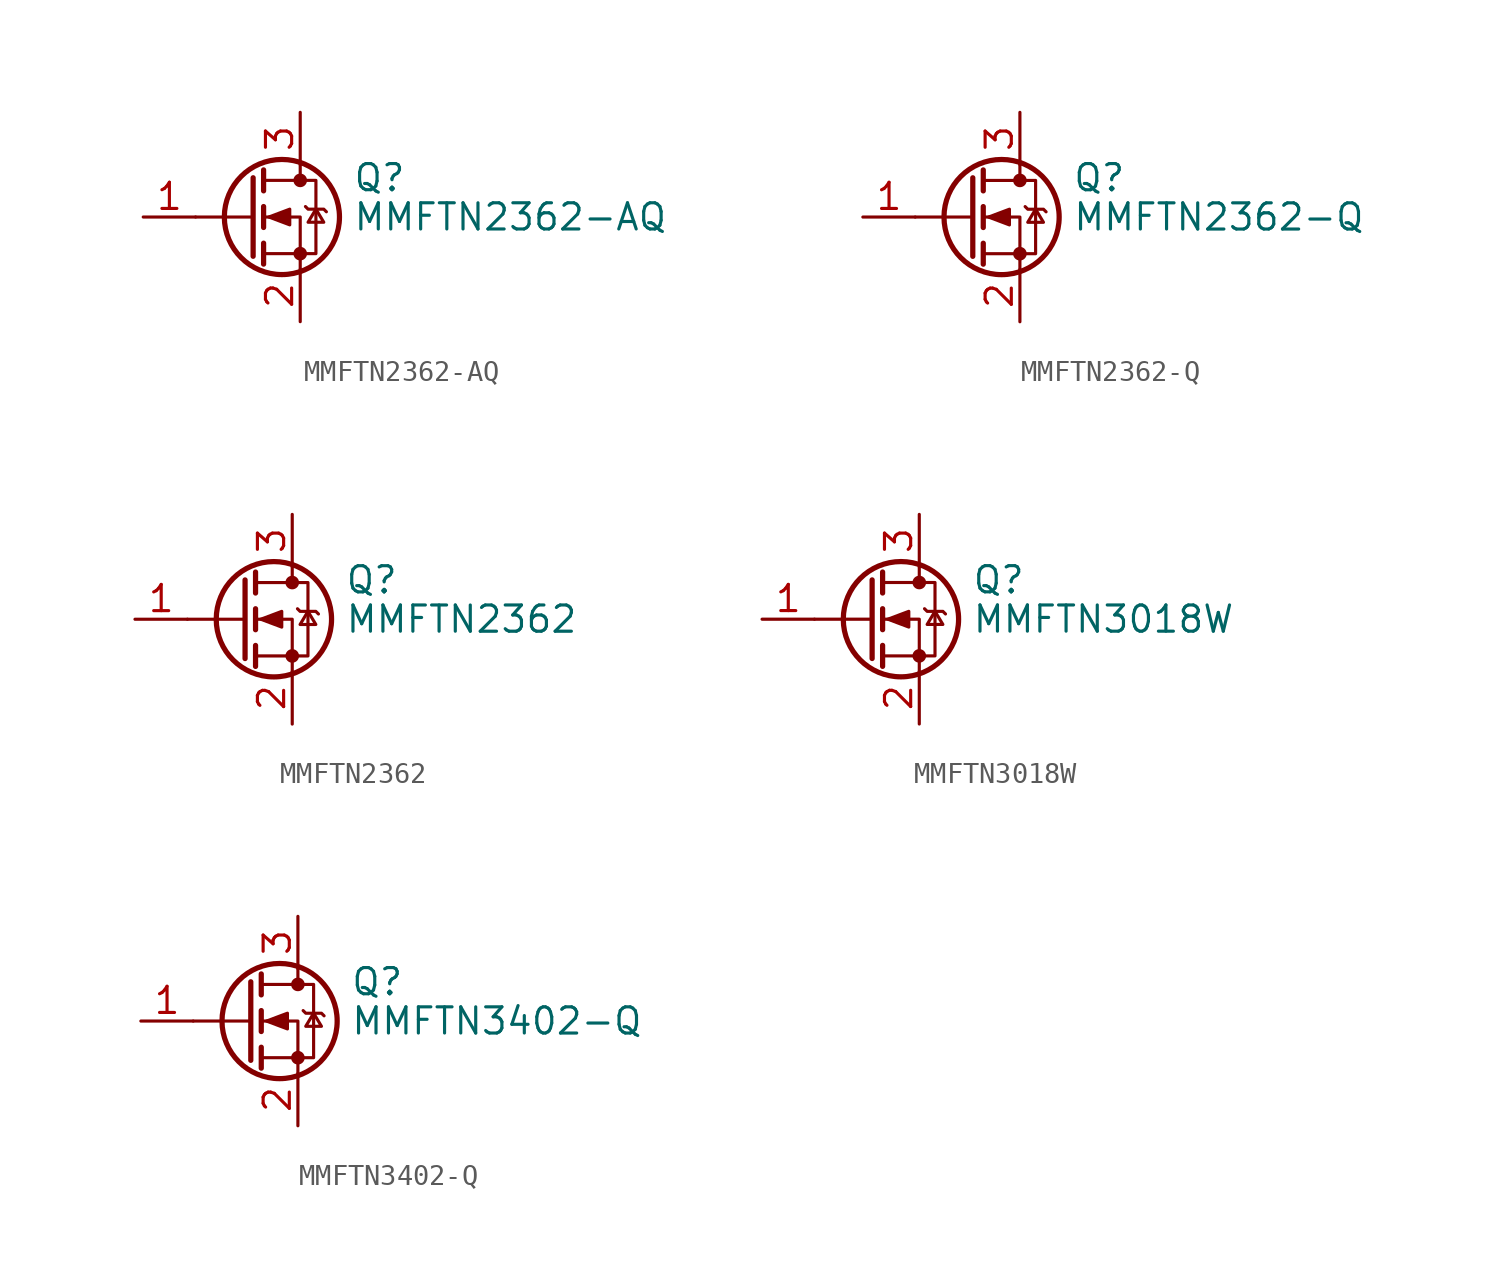
<source format=kicad_sym>
(kicad_symbol_lib
  (version 20241209)
  (generator "kicad_symbol_editor")
  (generator_version "9.0")
  (symbol "MMFTN2362-AQ"
    (pin_names
      (hide yes))
    (property "Reference" "Q"
      (at 5.08 1.905 0)
      (effects (font (size 1.27 1.27)) (justify left)))
    (property "Value" "MMFTN2362-AQ"
      (at 5.08 0 0)
      (effects (font (size 1.27 1.27)) (justify left)))
    (symbol "MMFTN2362-AQ_0_1"
      (polyline (pts (xy 0.254 1.905) (xy 0.254 -1.905)) (stroke (width 0.254) (type default)) (fill (type none)))
      (polyline (pts (xy 0.254 0) (xy -2.54 0)) (stroke (width 0) (type default)) (fill (type none)))
      (polyline (pts (xy 0.762 2.286) (xy 0.762 1.27)) (stroke (width 0.254) (type default)) (fill (type none)))
      (polyline (pts (xy 0.762 0.508) (xy 0.762 -0.508)) (stroke (width 0.254) (type default)) (fill (type none)))
      (polyline (pts (xy 0.762 -1.27) (xy 0.762 -2.286)) (stroke (width 0.254) (type default)) (fill (type none)))
      (polyline (pts (xy 0.762 -1.778) (xy 3.302 -1.778) (xy 3.302 1.778) (xy 0.762 1.778)) (stroke (width 0) (type default)) (fill (type none)))
      (polyline (pts (xy 1.016 0) (xy 2.032 0.381) (xy 2.032 -0.381) (xy 1.016 0)) (stroke (width 0) (type default)) (fill (type outline)))
      (circle (center 1.651 0) (radius 2.794) (stroke (width 0.254) (type default)) (fill (type none)))
      (polyline (pts (xy 2.54 2.54) (xy 2.54 1.778)) (stroke (width 0) (type default)) (fill (type none)))
      (circle (center 2.54 1.778) (radius 0.254) (stroke (width 0) (type default)) (fill (type outline)))
      (circle (center 2.54 -1.778) (radius 0.254) (stroke (width 0) (type default)) (fill (type outline)))
      (polyline (pts (xy 2.54 -2.54) (xy 2.54 0) (xy 0.762 0)) (stroke (width 0) (type default)) (fill (type none)))
      (polyline (pts (xy 2.794 0.508) (xy 2.921 0.381) (xy 3.683 0.381) (xy 3.81 0.254)) (stroke (width 0) (type default)) (fill (type none)))
      (polyline (pts (xy 3.302 0.381) (xy 2.921 -0.254) (xy 3.683 -0.254) (xy 3.302 0.381)) (stroke (width 0) (type default)) (fill (type none))))
    (symbol "MMFTN2362-AQ_1_1"
      (pin input line (at -5.08 0 0) (length 2.54) (name "G" (effects (font (size 1.27 1.27)))) (number "1" (effects (font (size 1.27 1.27)))))
      (pin passive line (at 2.54 5.08 270) (length 2.54) (name "D" (effects (font (size 1.27 1.27)))) (number "3" (effects (font (size 1.27 1.27)))))
      (pin passive line (at 2.54 -5.08 90) (length 2.54) (name "S" (effects (font (size 1.27 1.27)))) (number "2" (effects (font (size 1.27 1.27)))))))
  (symbol "MMFTN2362-Q"
    (pin_names
      (hide yes))
    (property "Reference" "Q"
      (at 5.08 1.905 0)
      (effects (font (size 1.27 1.27)) (justify left)))
    (property "Value" "MMFTN2362-Q"
      (at 5.08 0 0)
      (effects (font (size 1.27 1.27)) (justify left)))
    (symbol "MMFTN2362-Q_0_1"
      (polyline (pts (xy 0.254 1.905) (xy 0.254 -1.905)) (stroke (width 0.254) (type default)) (fill (type none)))
      (polyline (pts (xy 0.254 0) (xy -2.54 0)) (stroke (width 0) (type default)) (fill (type none)))
      (polyline (pts (xy 0.762 2.286) (xy 0.762 1.27)) (stroke (width 0.254) (type default)) (fill (type none)))
      (polyline (pts (xy 0.762 0.508) (xy 0.762 -0.508)) (stroke (width 0.254) (type default)) (fill (type none)))
      (polyline (pts (xy 0.762 -1.27) (xy 0.762 -2.286)) (stroke (width 0.254) (type default)) (fill (type none)))
      (polyline (pts (xy 0.762 -1.778) (xy 3.302 -1.778) (xy 3.302 1.778) (xy 0.762 1.778)) (stroke (width 0) (type default)) (fill (type none)))
      (polyline (pts (xy 1.016 0) (xy 2.032 0.381) (xy 2.032 -0.381) (xy 1.016 0)) (stroke (width 0) (type default)) (fill (type outline)))
      (circle (center 1.651 0) (radius 2.794) (stroke (width 0.254) (type default)) (fill (type none)))
      (polyline (pts (xy 2.54 2.54) (xy 2.54 1.778)) (stroke (width 0) (type default)) (fill (type none)))
      (circle (center 2.54 1.778) (radius 0.254) (stroke (width 0) (type default)) (fill (type outline)))
      (circle (center 2.54 -1.778) (radius 0.254) (stroke (width 0) (type default)) (fill (type outline)))
      (polyline (pts (xy 2.54 -2.54) (xy 2.54 0) (xy 0.762 0)) (stroke (width 0) (type default)) (fill (type none)))
      (polyline (pts (xy 2.794 0.508) (xy 2.921 0.381) (xy 3.683 0.381) (xy 3.81 0.254)) (stroke (width 0) (type default)) (fill (type none)))
      (polyline (pts (xy 3.302 0.381) (xy 2.921 -0.254) (xy 3.683 -0.254) (xy 3.302 0.381)) (stroke (width 0) (type default)) (fill (type none))))
    (symbol "MMFTN2362-Q_1_1"
      (pin input line (at -5.08 0 0) (length 2.54) (name "G" (effects (font (size 1.27 1.27)))) (number "1" (effects (font (size 1.27 1.27)))))
      (pin passive line (at 2.54 5.08 270) (length 2.54) (name "D" (effects (font (size 1.27 1.27)))) (number "3" (effects (font (size 1.27 1.27)))))
      (pin passive line (at 2.54 -5.08 90) (length 2.54) (name "S" (effects (font (size 1.27 1.27)))) (number "2" (effects (font (size 1.27 1.27)))))))
  (symbol "MMFTN2362"
    (pin_names
      (hide yes))
    (property "Reference" "Q"
      (at 5.08 1.905 0)
      (effects (font (size 1.27 1.27)) (justify left)))
    (property "Value" "MMFTN2362"
      (at 5.08 0 0)
      (effects (font (size 1.27 1.27)) (justify left)))
    (symbol "MMFTN2362_0_1"
      (polyline (pts (xy 0.254 1.905) (xy 0.254 -1.905)) (stroke (width 0.254) (type default)) (fill (type none)))
      (polyline (pts (xy 0.254 0) (xy -2.54 0)) (stroke (width 0) (type default)) (fill (type none)))
      (polyline (pts (xy 0.762 2.286) (xy 0.762 1.27)) (stroke (width 0.254) (type default)) (fill (type none)))
      (polyline (pts (xy 0.762 0.508) (xy 0.762 -0.508)) (stroke (width 0.254) (type default)) (fill (type none)))
      (polyline (pts (xy 0.762 -1.27) (xy 0.762 -2.286)) (stroke (width 0.254) (type default)) (fill (type none)))
      (polyline (pts (xy 0.762 -1.778) (xy 3.302 -1.778) (xy 3.302 1.778) (xy 0.762 1.778)) (stroke (width 0) (type default)) (fill (type none)))
      (polyline (pts (xy 1.016 0) (xy 2.032 0.381) (xy 2.032 -0.381) (xy 1.016 0)) (stroke (width 0) (type default)) (fill (type outline)))
      (circle (center 1.651 0) (radius 2.794) (stroke (width 0.254) (type default)) (fill (type none)))
      (polyline (pts (xy 2.54 2.54) (xy 2.54 1.778)) (stroke (width 0) (type default)) (fill (type none)))
      (circle (center 2.54 1.778) (radius 0.254) (stroke (width 0) (type default)) (fill (type outline)))
      (circle (center 2.54 -1.778) (radius 0.254) (stroke (width 0) (type default)) (fill (type outline)))
      (polyline (pts (xy 2.54 -2.54) (xy 2.54 0) (xy 0.762 0)) (stroke (width 0) (type default)) (fill (type none)))
      (polyline (pts (xy 2.794 0.508) (xy 2.921 0.381) (xy 3.683 0.381) (xy 3.81 0.254)) (stroke (width 0) (type default)) (fill (type none)))
      (polyline (pts (xy 3.302 0.381) (xy 2.921 -0.254) (xy 3.683 -0.254) (xy 3.302 0.381)) (stroke (width 0) (type default)) (fill (type none))))
    (symbol "MMFTN2362_1_1"
      (pin input line (at -5.08 0 0) (length 2.54) (name "G" (effects (font (size 1.27 1.27)))) (number "1" (effects (font (size 1.27 1.27)))))
      (pin passive line (at 2.54 5.08 270) (length 2.54) (name "D" (effects (font (size 1.27 1.27)))) (number "3" (effects (font (size 1.27 1.27)))))
      (pin passive line (at 2.54 -5.08 90) (length 2.54) (name "S" (effects (font (size 1.27 1.27)))) (number "2" (effects (font (size 1.27 1.27)))))))
  (symbol "MMFTN3018W"
    (pin_names
      (hide yes))
    (property "Reference" "Q"
      (at 5.08 1.905 0)
      (effects (font (size 1.27 1.27)) (justify left)))
    (property "Value" "MMFTN3018W"
      (at 5.08 0 0)
      (effects (font (size 1.27 1.27)) (justify left)))
    (symbol "MMFTN3018W_0_1"
      (polyline (pts (xy 0.254 1.905) (xy 0.254 -1.905)) (stroke (width 0.254) (type default)) (fill (type none)))
      (polyline (pts (xy 0.254 0) (xy -2.54 0)) (stroke (width 0) (type default)) (fill (type none)))
      (polyline (pts (xy 0.762 2.286) (xy 0.762 1.27)) (stroke (width 0.254) (type default)) (fill (type none)))
      (polyline (pts (xy 0.762 0.508) (xy 0.762 -0.508)) (stroke (width 0.254) (type default)) (fill (type none)))
      (polyline (pts (xy 0.762 -1.27) (xy 0.762 -2.286)) (stroke (width 0.254) (type default)) (fill (type none)))
      (polyline (pts (xy 0.762 -1.778) (xy 3.302 -1.778) (xy 3.302 1.778) (xy 0.762 1.778)) (stroke (width 0) (type default)) (fill (type none)))
      (polyline (pts (xy 1.016 0) (xy 2.032 0.381) (xy 2.032 -0.381) (xy 1.016 0)) (stroke (width 0) (type default)) (fill (type outline)))
      (circle (center 1.651 0) (radius 2.794) (stroke (width 0.254) (type default)) (fill (type none)))
      (polyline (pts (xy 2.54 2.54) (xy 2.54 1.778)) (stroke (width 0) (type default)) (fill (type none)))
      (circle (center 2.54 1.778) (radius 0.254) (stroke (width 0) (type default)) (fill (type outline)))
      (circle (center 2.54 -1.778) (radius 0.254) (stroke (width 0) (type default)) (fill (type outline)))
      (polyline (pts (xy 2.54 -2.54) (xy 2.54 0) (xy 0.762 0)) (stroke (width 0) (type default)) (fill (type none)))
      (polyline (pts (xy 2.794 0.508) (xy 2.921 0.381) (xy 3.683 0.381) (xy 3.81 0.254)) (stroke (width 0) (type default)) (fill (type none)))
      (polyline (pts (xy 3.302 0.381) (xy 2.921 -0.254) (xy 3.683 -0.254) (xy 3.302 0.381)) (stroke (width 0) (type default)) (fill (type none))))
    (symbol "MMFTN3018W_1_1"
      (pin input line (at -5.08 0 0) (length 2.54) (name "G" (effects (font (size 1.27 1.27)))) (number "1" (effects (font (size 1.27 1.27)))))
      (pin passive line (at 2.54 5.08 270) (length 2.54) (name "D" (effects (font (size 1.27 1.27)))) (number "3" (effects (font (size 1.27 1.27)))))
      (pin passive line (at 2.54 -5.08 90) (length 2.54) (name "S" (effects (font (size 1.27 1.27)))) (number "2" (effects (font (size 1.27 1.27)))))))
  (symbol "MMFTN3402-Q"
    (pin_names
      (hide yes))
    (property "Reference" "Q"
      (at 5.08 1.905 0)
      (effects (font (size 1.27 1.27)) (justify left)))
    (property "Value" "MMFTN3402-Q"
      (at 5.08 0 0)
      (effects (font (size 1.27 1.27)) (justify left)))
    (symbol "MMFTN3402-Q_0_1"
      (polyline (pts (xy 0.254 1.905) (xy 0.254 -1.905)) (stroke (width 0.254) (type default)) (fill (type none)))
      (polyline (pts (xy 0.254 0) (xy -2.54 0)) (stroke (width 0) (type default)) (fill (type none)))
      (polyline (pts (xy 0.762 2.286) (xy 0.762 1.27)) (stroke (width 0.254) (type default)) (fill (type none)))
      (polyline (pts (xy 0.762 0.508) (xy 0.762 -0.508)) (stroke (width 0.254) (type default)) (fill (type none)))
      (polyline (pts (xy 0.762 -1.27) (xy 0.762 -2.286)) (stroke (width 0.254) (type default)) (fill (type none)))
      (polyline (pts (xy 0.762 -1.778) (xy 3.302 -1.778) (xy 3.302 1.778) (xy 0.762 1.778)) (stroke (width 0) (type default)) (fill (type none)))
      (polyline (pts (xy 1.016 0) (xy 2.032 0.381) (xy 2.032 -0.381) (xy 1.016 0)) (stroke (width 0) (type default)) (fill (type outline)))
      (circle (center 1.651 0) (radius 2.794) (stroke (width 0.254) (type default)) (fill (type none)))
      (polyline (pts (xy 2.54 2.54) (xy 2.54 1.778)) (stroke (width 0) (type default)) (fill (type none)))
      (circle (center 2.54 1.778) (radius 0.254) (stroke (width 0) (type default)) (fill (type outline)))
      (circle (center 2.54 -1.778) (radius 0.254) (stroke (width 0) (type default)) (fill (type outline)))
      (polyline (pts (xy 2.54 -2.54) (xy 2.54 0) (xy 0.762 0)) (stroke (width 0) (type default)) (fill (type none)))
      (polyline (pts (xy 2.794 0.508) (xy 2.921 0.381) (xy 3.683 0.381) (xy 3.81 0.254)) (stroke (width 0) (type default)) (fill (type none)))
      (polyline (pts (xy 3.302 0.381) (xy 2.921 -0.254) (xy 3.683 -0.254) (xy 3.302 0.381)) (stroke (width 0) (type default)) (fill (type none))))
    (symbol "MMFTN3402-Q_1_1"
      (pin input line (at -5.08 0 0) (length 2.54) (name "G" (effects (font (size 1.27 1.27)))) (number "1" (effects (font (size 1.27 1.27)))))
      (pin passive line (at 2.54 5.08 270) (length 2.54) (name "D" (effects (font (size 1.27 1.27)))) (number "3" (effects (font (size 1.27 1.27)))))
      (pin passive line (at 2.54 -5.08 90) (length 2.54) (name "S" (effects (font (size 1.27 1.27)))) (number "2" (effects (font (size 1.27 1.27))))))))
</source>
